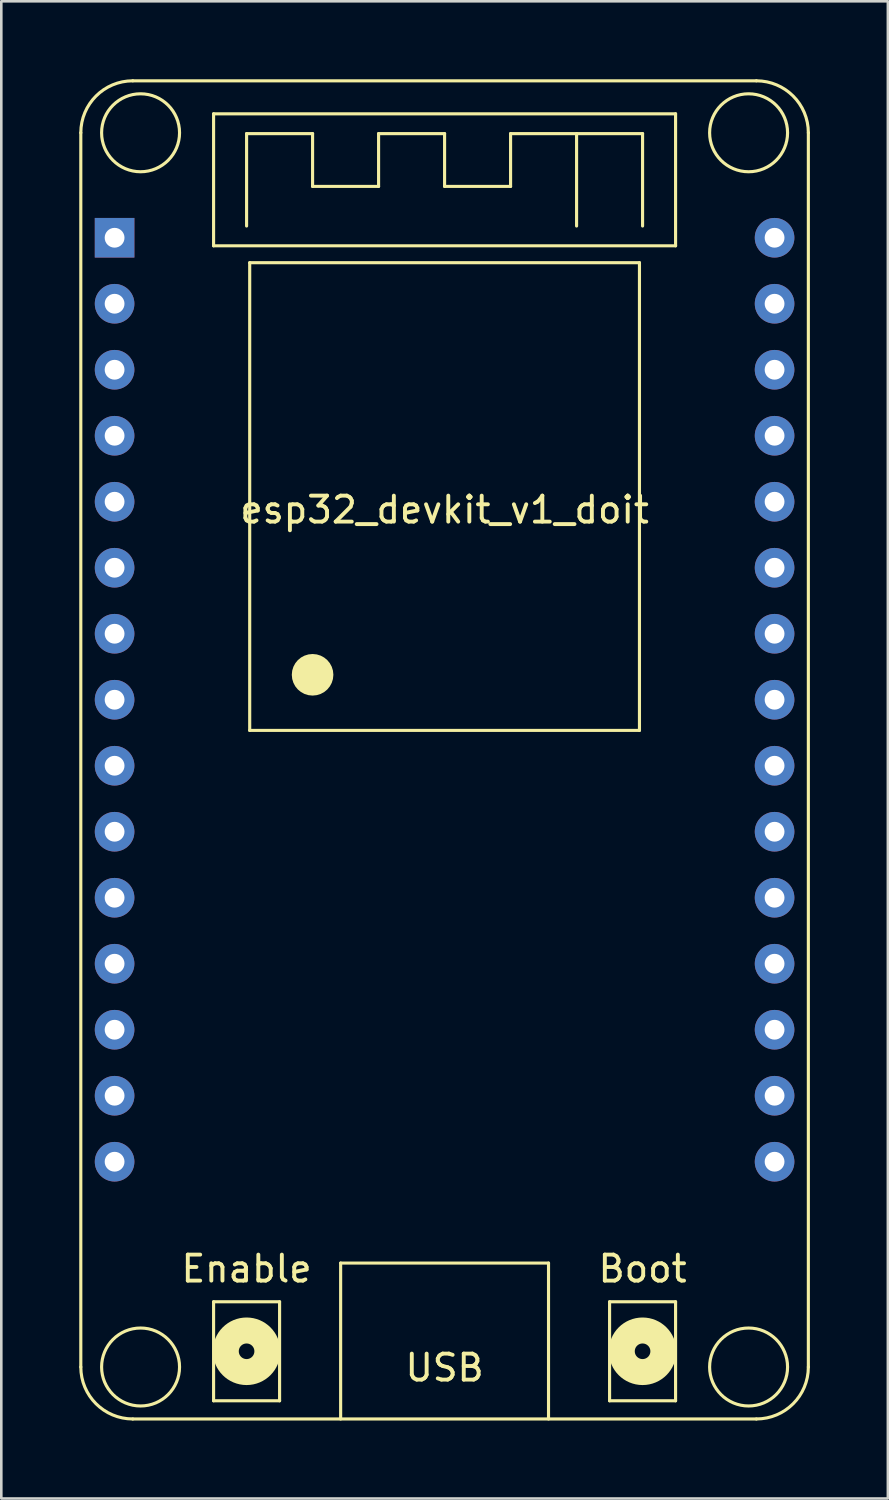
<source format=kicad_pcb>
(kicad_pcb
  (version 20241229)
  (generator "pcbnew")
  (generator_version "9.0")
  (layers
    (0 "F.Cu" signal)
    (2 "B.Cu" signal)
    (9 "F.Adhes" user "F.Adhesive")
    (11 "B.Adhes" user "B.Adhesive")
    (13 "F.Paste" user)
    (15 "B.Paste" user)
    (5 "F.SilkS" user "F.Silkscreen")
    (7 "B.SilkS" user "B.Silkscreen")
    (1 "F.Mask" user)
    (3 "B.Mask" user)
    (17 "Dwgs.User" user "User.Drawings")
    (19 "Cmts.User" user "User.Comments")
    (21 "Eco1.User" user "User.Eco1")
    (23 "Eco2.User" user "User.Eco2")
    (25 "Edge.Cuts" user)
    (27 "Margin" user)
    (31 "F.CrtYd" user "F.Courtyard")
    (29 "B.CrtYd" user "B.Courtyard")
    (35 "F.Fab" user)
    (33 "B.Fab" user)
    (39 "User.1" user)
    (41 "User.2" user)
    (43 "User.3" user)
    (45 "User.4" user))
  (footprint "esp32_devkit_v1_doit"
    (layer "F.Cu")
    (at 14.06 6.1)
    (property "Reference" "esp32_devkit_v1_doit" (at 0 10.47 0) (layer "F.SilkS") (effects (font (size 1 1) (thickness 0.15))))
    (attr smd)
    (fp_line (start -14 -4.04) (end -14 43.46) (stroke (width 0.12) (type solid)) (layer "F.SilkS"))
    (fp_line (start -12 -6.04) (end 12 -6.04) (stroke (width 0.12) (type solid)) (layer "F.SilkS"))
    (fp_line (start -12 45.46) (end 12 45.46) (stroke (width 0.12) (type solid)) (layer "F.SilkS"))
    (fp_line (start -8.89 -4.77) (end 8.89 -4.77) (stroke (width 0.12) (type solid)) (layer "F.SilkS"))
    (fp_line (start -8.89 0.31) (end -8.89 -4.77) (stroke (width 0.12) (type solid)) (layer "F.SilkS"))
    (fp_line (start -8.89 40.95) (end -6.35 40.95) (stroke (width 0.12) (type solid)) (layer "F.SilkS"))
    (fp_line (start -8.89 44.76) (end -8.89 40.95) (stroke (width 0.12) (type solid)) (layer "F.SilkS"))
    (fp_line (start -7.62 -4.008) (end -5.08 -4.008) (stroke (width 0.12) (type solid)) (layer "F.SilkS"))
    (fp_line (start -7.62 -0.452) (end -7.62 -4.008) (stroke (width 0.12) (type solid)) (layer "F.SilkS"))
    (fp_line (start -7.5 0.96) (end 7.5 0.96) (stroke (width 0.12) (type solid)) (layer "F.SilkS"))
    (fp_line (start -7.5 18.96) (end -7.5 0.96) (stroke (width 0.12) (type solid)) (layer "F.SilkS"))
    (fp_line (start -6.35 40.95) (end -6.35 44.76) (stroke (width 0.12) (type solid)) (layer "F.SilkS"))
    (fp_line (start -6.35 44.76) (end -8.89 44.76) (stroke (width 0.12) (type solid)) (layer "F.SilkS"))
    (fp_line (start -5.08 -4.008) (end -5.08 -1.976) (stroke (width 0.12) (type solid)) (layer "F.SilkS"))
    (fp_line (start -5.08 -1.976) (end -2.54 -1.976) (stroke (width 0.12) (type solid)) (layer "F.SilkS"))
    (fp_line (start -4 39.46) (end -4 45.46) (stroke (width 0.12) (type solid)) (layer "F.SilkS"))
    (fp_line (start -4 39.46) (end 4 39.46) (stroke (width 0.12) (type solid)) (layer "F.SilkS"))
    (fp_line (start -2.54 -4.008) (end 0 -4.008) (stroke (width 0.12) (type solid)) (layer "F.SilkS"))
    (fp_line (start -2.54 -1.976) (end -2.54 -4.008) (stroke (width 0.12) (type solid)) (layer "F.SilkS"))
    (fp_line (start 0 -4.008) (end 0 -1.976) (stroke (width 0.12) (type solid)) (layer "F.SilkS"))
    (fp_line (start 0 -1.976) (end 2.54 -1.976) (stroke (width 0.12) (type solid)) (layer "F.SilkS"))
    (fp_line (start 2.54 -4.008) (end 7.62 -4.008) (stroke (width 0.12) (type solid)) (layer "F.SilkS"))
    (fp_line (start 2.54 -1.976) (end 2.54 -4.008) (stroke (width 0.12) (type solid)) (layer "F.SilkS"))
    (fp_line (start 4 39.46) (end 4 45.46) (stroke (width 0.12) (type solid)) (layer "F.SilkS"))
    (fp_line (start 5.08 -4.008) (end 5.08 -0.452) (stroke (width 0.12) (type solid)) (layer "F.SilkS"))
    (fp_line (start 6.35 40.95) (end 8.89 40.95) (stroke (width 0.12) (type solid)) (layer "F.SilkS"))
    (fp_line (start 6.35 44.76) (end 6.35 40.95) (stroke (width 0.12) (type solid)) (layer "F.SilkS"))
    (fp_line (start 7.5 0.96) (end 7.5 18.96) (stroke (width 0.12) (type solid)) (layer "F.SilkS"))
    (fp_line (start 7.5 18.96) (end -7.5 18.96) (stroke (width 0.12) (type solid)) (layer "F.SilkS"))
    (fp_line (start 7.62 -4.008) (end 7.62 -0.452) (stroke (width 0.12) (type solid)) (layer "F.SilkS"))
    (fp_line (start 8.89 -4.77) (end 8.89 0.31) (stroke (width 0.12) (type solid)) (layer "F.SilkS"))
    (fp_line (start 8.89 0.31) (end -8.89 0.31) (stroke (width 0.12) (type solid)) (layer "F.SilkS"))
    (fp_line (start 8.89 40.95) (end 8.89 44.76) (stroke (width 0.12) (type solid)) (layer "F.SilkS"))
    (fp_line (start 8.89 44.76) (end 6.35 44.76) (stroke (width 0.12) (type solid)) (layer "F.SilkS"))
    (fp_line (start 14 43.46) (end 14 -4.04) (stroke (width 0.12) (type solid)) (layer "F.SilkS"))
    (fp_arc (start -14 -4.04) (mid -13.414214 -5.454214) (end -12 -6.04) (stroke (width 0.12) (type solid)) (layer "F.SilkS"))
    (fp_arc (start -12 45.46) (mid -13.414214 44.874214) (end -14 43.46) (stroke (width 0.12) (type solid)) (layer "F.SilkS"))
    (fp_arc (start 12 -6.04) (mid 13.414214 -5.454214) (end 14 -4.04) (stroke (width 0.12) (type solid)) (layer "F.SilkS"))
    (fp_arc (start 14 43.46) (mid 13.414214 44.874214) (end 12 45.46) (stroke (width 0.12) (type solid)) (layer "F.SilkS"))
    (fp_circle (center -11.7 -4.04) (end -10.2 -4.04) (stroke (width 0.12) (type solid)) (fill no) (layer "F.SilkS"))
    (fp_circle (center -11.7 43.46) (end -10.2 43.46) (stroke (width 0.12) (type solid)) (fill no) (layer "F.SilkS"))
    (fp_circle (center -7.62 42.855) (end -7.32 42.855) (stroke (width 1) (type solid)) (fill no) (layer "F.SilkS"))
    (fp_circle (center -5.08 16.82) (end -4.68 16.82) (stroke (width 0.8) (type solid)) (fill no) (layer "F.SilkS"))
    (fp_circle (center 7.62 42.855) (end 7.92 42.855) (stroke (width 1) (type solid)) (fill no) (layer "F.SilkS"))
    (fp_circle (center 11.7 -4.04) (end 13.2 -4.04) (stroke (width 0.12) (type solid)) (fill no) (layer "F.SilkS"))
    (fp_circle (center 11.7 43.46) (end 13.2 43.46) (stroke (width 0.12) (type solid)) (fill no) (layer "F.SilkS"))
    (fp_text user "Enable" (at -7.62 39.68 0) (layer "F.SilkS") (effects (font (size 1 1) (thickness 0.15))))
    (fp_text user "Boot" (at 7.62 39.68 0) (layer "F.SilkS") (effects (font (size 1 1) (thickness 0.15))))
    (fp_text user "USB" (at 0 43.49 0) (layer "F.SilkS") (effects (font (size 1 1) (thickness 0.15))))
    (pad "1" thru_hole rect (at -12.7 0) (size 1.524 1.524) (drill 0.762) (layers "*.Cu" "*.Mask"))
    (pad "2" thru_hole circle (at -12.7 2.54) (size 1.524 1.524) (drill 0.762) (layers "*.Cu" "*.Mask"))
    (pad "3" thru_hole circle (at -12.7 5.08) (size 1.524 1.524) (drill 0.762) (layers "*.Cu" "*.Mask"))
    (pad "4" thru_hole circle (at -12.7 7.62) (size 1.524 1.524) (drill 0.762) (layers "*.Cu" "*.Mask"))
    (pad "5" thru_hole circle (at -12.7 10.16) (size 1.524 1.524) (drill 0.762) (layers "*.Cu" "*.Mask"))
    (pad "6" thru_hole circle (at -12.7 12.7) (size 1.524 1.524) (drill 0.762) (layers "*.Cu" "*.Mask"))
    (pad "7" thru_hole circle (at -12.7 15.24) (size 1.524 1.524) (drill 0.762) (layers "*.Cu" "*.Mask"))
    (pad "8" thru_hole circle (at -12.7 17.78) (size 1.524 1.524) (drill 0.762) (layers "*.Cu" "*.Mask"))
    (pad "9" thru_hole circle (at -12.7 20.32) (size 1.524 1.524) (drill 0.762) (layers "*.Cu" "*.Mask"))
    (pad "10" thru_hole circle (at -12.7 22.86) (size 1.524 1.524) (drill 0.762) (layers "*.Cu" "*.Mask"))
    (pad "11" thru_hole circle (at -12.7 25.4) (size 1.524 1.524) (drill 0.762) (layers "*.Cu" "*.Mask"))
    (pad "12" thru_hole circle (at -12.7 27.94) (size 1.524 1.524) (drill 0.762) (layers "*.Cu" "*.Mask"))
    (pad "13" thru_hole circle (at -12.7 30.48) (size 1.524 1.524) (drill 0.762) (layers "*.Cu" "*.Mask"))
    (pad "14" thru_hole circle (at -12.7 33.02) (size 1.524 1.524) (drill 0.762) (layers "*.Cu" "*.Mask"))
    (pad "15" thru_hole circle (at -12.7 35.56) (size 1.524 1.524) (drill 0.762) (layers "*.Cu" "*.Mask"))
    (pad "16" thru_hole circle (at 12.7 35.56) (size 1.524 1.524) (drill 0.762) (layers "*.Cu" "*.Mask"))
    (pad "17" thru_hole circle (at 12.7 33.02) (size 1.524 1.524) (drill 0.762) (layers "*.Cu" "*.Mask"))
    (pad "18" thru_hole circle (at 12.7 30.48) (size 1.524 1.524) (drill 0.762) (layers "*.Cu" "*.Mask"))
    (pad "19" thru_hole circle (at 12.7 27.94) (size 1.524 1.524) (drill 0.762) (layers "*.Cu" "*.Mask"))
    (pad "20" thru_hole circle (at 12.7 25.4) (size 1.524 1.524) (drill 0.762) (layers "*.Cu" "*.Mask"))
    (pad "21" thru_hole circle (at 12.7 22.86) (size 1.524 1.524) (drill 0.762) (layers "*.Cu" "*.Mask"))
    (pad "22" thru_hole circle (at 12.7 20.32) (size 1.524 1.524) (drill 0.762) (layers "*.Cu" "*.Mask"))
    (pad "23" thru_hole circle (at 12.7 17.78) (size 1.524 1.524) (drill 0.762) (layers "*.Cu" "*.Mask"))
    (pad "24" thru_hole circle (at 12.7 15.24) (size 1.524 1.524) (drill 0.762) (layers "*.Cu" "*.Mask"))
    (pad "25" thru_hole circle (at 12.7 12.7) (size 1.524 1.524) (drill 0.762) (layers "*.Cu" "*.Mask"))
    (pad "26" thru_hole circle (at 12.7 10.16) (size 1.524 1.524) (drill 0.762) (layers "*.Cu" "*.Mask"))
    (pad "27" thru_hole circle (at 12.7 7.62) (size 1.524 1.524) (drill 0.762) (layers "*.Cu" "*.Mask"))
    (pad "28" thru_hole circle (at 12.7 5.08) (size 1.524 1.524) (drill 0.762) (layers "*.Cu" "*.Mask"))
    (pad "29" thru_hole circle (at 12.7 2.54) (size 1.524 1.524) (drill 0.762) (layers "*.Cu" "*.Mask"))
    (pad "30" thru_hole circle (at 12.7 0) (size 1.524 1.524) (drill 0.762) (layers "*.Cu" "*.Mask")))
  (gr_rect
    (start -3 -3)
    (end 31.12 54.62)
    (stroke (width 0.1) (type default))
    (fill no)
    (layer "Edge.Cuts")))
</source>
